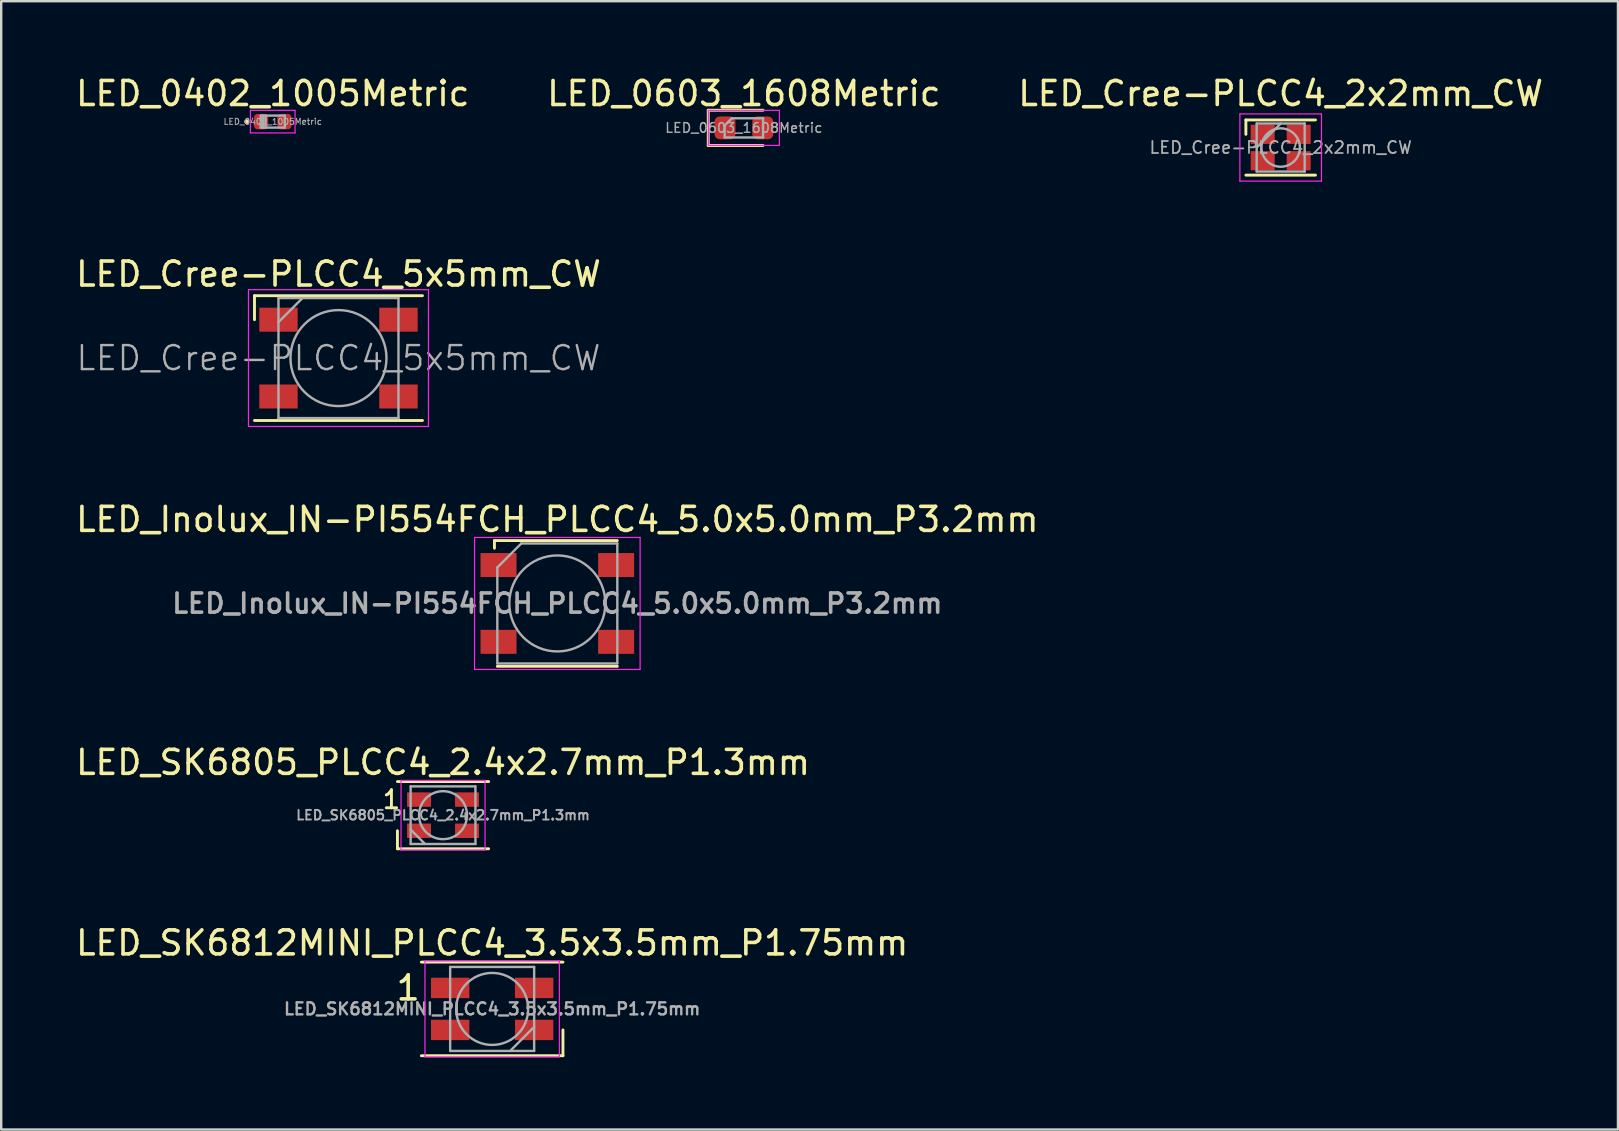
<source format=kicad_pcb>
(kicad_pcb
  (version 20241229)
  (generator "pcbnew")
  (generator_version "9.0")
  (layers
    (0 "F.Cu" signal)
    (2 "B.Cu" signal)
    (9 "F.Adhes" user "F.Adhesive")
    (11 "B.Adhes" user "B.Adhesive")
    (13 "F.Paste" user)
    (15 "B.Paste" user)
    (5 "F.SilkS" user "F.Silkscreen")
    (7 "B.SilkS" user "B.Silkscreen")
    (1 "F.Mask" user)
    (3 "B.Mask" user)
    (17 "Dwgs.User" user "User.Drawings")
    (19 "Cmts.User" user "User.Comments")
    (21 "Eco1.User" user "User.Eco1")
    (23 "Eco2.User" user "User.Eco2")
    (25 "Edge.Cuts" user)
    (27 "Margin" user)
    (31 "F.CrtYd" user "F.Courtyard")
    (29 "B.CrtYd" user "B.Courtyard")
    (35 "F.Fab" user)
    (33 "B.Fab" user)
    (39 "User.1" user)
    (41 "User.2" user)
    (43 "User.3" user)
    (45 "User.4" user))
  (footprint "LED_Cree-PLCC4_5x5mm_CW"
    (layer "F.Cu")
    (at 11.054 11.871)
    (property "Reference" "LED_Cree-PLCC4_5x5mm_CW" (at 0 -3.5 0) (layer "F.SilkS") (effects (font (size 1 1) (thickness 0.15))))
    (attr smd)
    (fp_line (start -3.5 -2.6) (end 3.5 -2.6) (stroke (width 0.12) (type solid)) (layer "F.SilkS"))
    (fp_line (start -3.5 -1.6) (end -3.5 -2.6) (stroke (width 0.12) (type solid)) (layer "F.SilkS"))
    (fp_line (start -3.5 2.6) (end 3.5 2.6) (stroke (width 0.12) (type solid)) (layer "F.SilkS"))
    (fp_line (start -3.75 -2.85) (end -3.75 2.85) (stroke (width 0.05) (type solid)) (layer "F.CrtYd"))
    (fp_line (start -3.75 2.85) (end 3.75 2.85) (stroke (width 0.05) (type solid)) (layer "F.CrtYd"))
    (fp_line (start 3.75 -2.85) (end -3.75 -2.85) (stroke (width 0.05) (type solid)) (layer "F.CrtYd"))
    (fp_line (start 3.75 2.85) (end 3.75 -2.85) (stroke (width 0.05) (type solid)) (layer "F.CrtYd"))
    (fp_line (start -2.5 -2.5) (end -2.5 2.5) (stroke (width 0.1) (type solid)) (layer "F.Fab"))
    (fp_line (start -2.5 2.5) (end 2.5 2.5) (stroke (width 0.1) (type solid)) (layer "F.Fab"))
    (fp_line (start -1.5 -2.5) (end -2.5 -1.5) (stroke (width 0.1) (type solid)) (layer "F.Fab"))
    (fp_line (start 2.5 -2.5) (end -2.5 -2.5) (stroke (width 0.1) (type solid)) (layer "F.Fab"))
    (fp_line (start 2.5 2.5) (end 2.5 -2.5) (stroke (width 0.1) (type solid)) (layer "F.Fab"))
    (fp_circle (center 0 0) (end 0 -2) (stroke (width 0.1) (type solid)) (fill no) (layer "F.Fab"))
    (fp_text user "${REFERENCE}" (at 0 0 0) (layer "F.Fab") (effects (font (size 1 1) (thickness 0.1))))
    (pad "1" smd rect (at -2.5 -1.6) (size 1.6 1) (layers "F.Cu" "F.Mask" "F.Paste"))
    (pad "2" smd rect (at 2.5 -1.6) (size 1.6 1) (layers "F.Cu" "F.Mask" "F.Paste"))
    (pad "3" smd rect (at 2.5 1.6) (size 1.6 1) (layers "F.Cu" "F.Mask" "F.Paste"))
    (pad "4" smd rect (at -2.5 1.6) (size 1.6 1) (layers "F.Cu" "F.Mask" "F.Paste")))
  (footprint "LED_0603_1608Metric"
    (layer "F.Cu")
    (at 27.946 2.278)
    (property "Reference" "LED_0603_1608Metric" (at 0 -1.43 0) (layer "F.SilkS") (effects (font (size 1 1) (thickness 0.15))))
    (attr smd)
    (fp_line (start -1.485 -0.735) (end -1.485 0.735) (stroke (width 0.12) (type solid)) (layer "F.SilkS"))
    (fp_line (start -1.485 0.735) (end 0.8 0.735) (stroke (width 0.12) (type solid)) (layer "F.SilkS"))
    (fp_line (start 0.8 -0.735) (end -1.485 -0.735) (stroke (width 0.12) (type solid)) (layer "F.SilkS"))
    (fp_line (start -1.48 -0.73) (end 1.48 -0.73) (stroke (width 0.05) (type solid)) (layer "F.CrtYd"))
    (fp_line (start -1.48 0.73) (end -1.48 -0.73) (stroke (width 0.05) (type solid)) (layer "F.CrtYd"))
    (fp_line (start 1.48 -0.73) (end 1.48 0.73) (stroke (width 0.05) (type solid)) (layer "F.CrtYd"))
    (fp_line (start 1.48 0.73) (end -1.48 0.73) (stroke (width 0.05) (type solid)) (layer "F.CrtYd"))
    (fp_line (start -0.8 -0.1) (end -0.8 0.4) (stroke (width 0.1) (type solid)) (layer "F.Fab"))
    (fp_line (start -0.8 0.4) (end 0.8 0.4) (stroke (width 0.1) (type solid)) (layer "F.Fab"))
    (fp_line (start -0.5 -0.4) (end -0.8 -0.1) (stroke (width 0.1) (type solid)) (layer "F.Fab"))
    (fp_line (start 0.8 -0.4) (end -0.5 -0.4) (stroke (width 0.1) (type solid)) (layer "F.Fab"))
    (fp_line (start 0.8 0.4) (end 0.8 -0.4) (stroke (width 0.1) (type solid)) (layer "F.Fab"))
    (fp_text user "${REFERENCE}" (at 0 0 0) (layer "F.Fab") (effects (font (size 0.4 0.4) (thickness 0.06))))
    (pad "1" smd roundrect (at -0.787 0) (size 0.875 0.95) (layers "F.Cu" "F.Mask" "F.Paste") (roundrect_rratio 0.25))
    (pad "2" smd roundrect (at 0.787 0) (size 0.875 0.95) (layers "F.Cu" "F.Mask" "F.Paste") (roundrect_rratio 0.25)))
  (footprint "LED_Cree-PLCC4_2x2mm_CW"
    (layer "F.Cu")
    (at 50.315 3.098)
    (property "Reference" "LED_Cree-PLCC4_2x2mm_CW" (at 0 -2.25 0) (layer "F.SilkS") (effects (font (size 1 1) (thickness 0.15))))
    (attr smd)
    (fp_line (start -1.45 -1.15) (end 1.45 -1.15) (stroke (width 0.12) (type solid)) (layer "F.SilkS"))
    (fp_line (start -1.45 -0.55) (end -1.45 -1.15) (stroke (width 0.12) (type solid)) (layer "F.SilkS"))
    (fp_line (start -1.45 1.15) (end 1.45 1.15) (stroke (width 0.12) (type solid)) (layer "F.SilkS"))
    (fp_line (start -1.7 -1.4) (end -1.7 1.4) (stroke (width 0.05) (type solid)) (layer "F.CrtYd"))
    (fp_line (start -1.7 1.4) (end 1.7 1.4) (stroke (width 0.05) (type solid)) (layer "F.CrtYd"))
    (fp_line (start 1.7 -1.4) (end -1.7 -1.4) (stroke (width 0.05) (type solid)) (layer "F.CrtYd"))
    (fp_line (start 1.7 1.4) (end 1.7 -1.4) (stroke (width 0.05) (type solid)) (layer "F.CrtYd"))
    (fp_line (start -1 -1) (end -1 1) (stroke (width 0.1) (type solid)) (layer "F.Fab"))
    (fp_line (start -1 1) (end 1 1) (stroke (width 0.1) (type solid)) (layer "F.Fab"))
    (fp_line (start 0 -1) (end -1 0) (stroke (width 0.1) (type solid)) (layer "F.Fab"))
    (fp_line (start 1 -1) (end -1 -1) (stroke (width 0.1) (type solid)) (layer "F.Fab"))
    (fp_line (start 1 1) (end 1 -1) (stroke (width 0.1) (type solid)) (layer "F.Fab"))
    (fp_circle (center 0 0) (end 0.8 0) (stroke (width 0.1) (type solid)) (fill no) (layer "F.Fab"))
    (fp_text user "${REFERENCE}" (at 0 0 0) (layer "F.Fab") (effects (font (size 0.5 0.5) (thickness 0.075))))
    (pad "1" smd rect (at -0.75 -0.55) (size 1 0.8) (layers "F.Cu" "F.Mask" "F.Paste"))
    (pad "2" smd rect (at 0.75 -0.55) (size 1 0.8) (layers "F.Cu" "F.Mask" "F.Paste"))
    (pad "3" smd rect (at 0.75 0.55) (size 1 0.8) (layers "F.Cu" "F.Mask" "F.Paste"))
    (pad "4" smd rect (at -0.75 0.55) (size 1 0.8) (layers "F.Cu" "F.Mask" "F.Paste")))
  (footprint "LED_SK6805_PLCC4_2.4x2.7mm_P1.3mm"
    (layer "F.Cu")
    (at 15.411 30.918)
    (property "Reference" "LED_SK6805_PLCC4_2.4x2.7mm_P1.3mm" (at 0 -2.2 0) (layer "F.SilkS") (effects (font (size 1 1) (thickness 0.15))))
    (attr smd)
    (fp_line (start -1.9 -1.4) (end 1.9 -1.4) (stroke (width 0.12) (type solid)) (layer "F.SilkS"))
    (fp_line (start -1.9 1.4) (end -1.9 0.65) (stroke (width 0.12) (type solid)) (layer "F.SilkS"))
    (fp_line (start -1.9 1.4) (end 1.9 1.4) (stroke (width 0.12) (type solid)) (layer "F.SilkS"))
    (fp_line (start -1.75 -1.45) (end -1.75 1.45) (stroke (width 0.05) (type solid)) (layer "F.CrtYd"))
    (fp_line (start -1.75 1.45) (end 1.75 1.45) (stroke (width 0.05) (type solid)) (layer "F.CrtYd"))
    (fp_line (start 1.75 -1.45) (end -1.75 -1.45) (stroke (width 0.05) (type solid)) (layer "F.CrtYd"))
    (fp_line (start 1.75 1.45) (end 1.75 -1.45) (stroke (width 0.05) (type solid)) (layer "F.CrtYd"))
    (fp_line (start -1.35 -1.2) (end -1.35 1.2) (stroke (width 0.1) (type solid)) (layer "F.Fab"))
    (fp_line (start -1.35 0.6) (end -0.75 1.2) (stroke (width 0.1) (type solid)) (layer "F.Fab"))
    (fp_line (start -1.35 1.2) (end 1.35 1.2) (stroke (width 0.1) (type solid)) (layer "F.Fab"))
    (fp_line (start 1.35 -1.2) (end -1.35 -1.2) (stroke (width 0.1) (type solid)) (layer "F.Fab"))
    (fp_line (start 1.35 1.2) (end 1.35 -1.2) (stroke (width 0.1) (type solid)) (layer "F.Fab"))
    (fp_circle (center 0 0) (end 0 -1) (stroke (width 0.1) (type solid)) (fill no) (layer "F.Fab"))
    (fp_text user "1" (at -2.15 -0.65 0) (layer "F.SilkS") (effects (font (size 0.75 0.75) (thickness 0.12))))
    (fp_text user "${REFERENCE}" (at 0 0 0) (layer "F.Fab") (effects (font (size 0.4 0.4) (thickness 0.08))))
    (pad "1" smd rect (at -1 -0.65) (size 1 0.6) (layers "F.Cu" "F.Mask" "F.Paste"))
    (pad "2" smd rect (at -1 0.65) (size 1 0.6) (layers "F.Cu" "F.Mask" "F.Paste"))
    (pad "3" smd rect (at 1 0.65) (size 1 0.6) (layers "F.Cu" "F.Mask" "F.Paste"))
    (pad "4" smd rect (at 1 -0.65) (size 1 0.6) (layers "F.Cu" "F.Mask" "F.Paste")))
  (footprint "LED_Inolux_IN-PI554FCH_PLCC4_5.0x5.0mm_P3.2mm"
    (layer "F.Cu")
    (at 20.173 22.095)
    (property "Reference" "LED_Inolux_IN-PI554FCH_PLCC4_5.0x5.0mm_P3.2mm" (at 0 -3.5 0) (layer "F.SilkS") (effects (font (size 1 1) (thickness 0.15))))
    (attr smd)
    (fp_line (start -2.62 -2.62) (end 2.5 -2.62) (stroke (width 0.12) (type solid)) (layer "F.SilkS"))
    (fp_line (start -2.62 -2.3) (end -2.62 -2.62) (stroke (width 0.12) (type solid)) (layer "F.SilkS"))
    (fp_line (start -2.5 2.62) (end 2.5 2.62) (stroke (width 0.12) (type solid)) (layer "F.SilkS"))
    (fp_line (start -3.45 -2.75) (end -3.45 2.75) (stroke (width 0.05) (type solid)) (layer "F.CrtYd"))
    (fp_line (start -3.45 2.75) (end 3.45 2.75) (stroke (width 0.05) (type solid)) (layer "F.CrtYd"))
    (fp_line (start 3.45 -2.75) (end -3.45 -2.75) (stroke (width 0.05) (type solid)) (layer "F.CrtYd"))
    (fp_line (start 3.45 2.75) (end 3.45 -2.75) (stroke (width 0.05) (type solid)) (layer "F.CrtYd"))
    (fp_line (start -2.5 -1.5) (end -2.5 2.5) (stroke (width 0.1) (type solid)) (layer "F.Fab"))
    (fp_line (start -2.5 2.5) (end 2.5 2.5) (stroke (width 0.1) (type solid)) (layer "F.Fab"))
    (fp_line (start -1.5 -2.5) (end -2.5 -1.5) (stroke (width 0.1) (type solid)) (layer "F.Fab"))
    (fp_line (start 2.5 -2.5) (end -1.5 -2.5) (stroke (width 0.1) (type solid)) (layer "F.Fab"))
    (fp_line (start 2.5 2.5) (end 2.5 -2.5) (stroke (width 0.1) (type solid)) (layer "F.Fab"))
    (fp_circle (center 0 0) (end 0 -2) (stroke (width 0.1) (type solid)) (fill no) (layer "F.Fab"))
    (fp_text user "${REFERENCE}" (at 0 0 0) (layer "F.Fab") (effects (font (size 0.8 0.8) (thickness 0.15))))
    (pad "1" smd rect (at -2.45 -1.6) (size 1.5 1) (layers "F.Cu" "F.Mask" "F.Paste"))
    (pad "2" smd rect (at -2.45 1.6) (size 1.5 1) (layers "F.Cu" "F.Mask" "F.Paste"))
    (pad "3" smd rect (at 2.45 1.6) (size 1.5 1) (layers "F.Cu" "F.Mask" "F.Paste"))
    (pad "4" smd rect (at 2.45 -1.6) (size 1.5 1) (layers "F.Cu" "F.Mask" "F.Paste")))
  (footprint "LED_SK6812MINI_PLCC4_3.5x3.5mm_P1.75mm"
    (layer "F.Cu")
    (at 17.458 38.991)
    (property "Reference" "LED_SK6812MINI_PLCC4_3.5x3.5mm_P1.75mm" (at 0 -2.75 0) (layer "F.SilkS") (effects (font (size 1 1) (thickness 0.15))))
    (attr smd)
    (fp_line (start -2.95 -1.95) (end 2.95 -1.95) (stroke (width 0.12) (type solid)) (layer "F.SilkS"))
    (fp_line (start -2.95 1.95) (end 2.95 1.95) (stroke (width 0.12) (type solid)) (layer "F.SilkS"))
    (fp_line (start 2.95 1.95) (end 2.95 0.875) (stroke (width 0.12) (type solid)) (layer "F.SilkS"))
    (fp_line (start -2.8 -2) (end -2.8 2) (stroke (width 0.05) (type solid)) (layer "F.CrtYd"))
    (fp_line (start -2.8 2) (end 2.8 2) (stroke (width 0.05) (type solid)) (layer "F.CrtYd"))
    (fp_line (start 2.8 -2) (end -2.8 -2) (stroke (width 0.05) (type solid)) (layer "F.CrtYd"))
    (fp_line (start 2.8 2) (end 2.8 -2) (stroke (width 0.05) (type solid)) (layer "F.CrtYd"))
    (fp_line (start -1.75 -1.75) (end -1.75 1.75) (stroke (width 0.1) (type solid)) (layer "F.Fab"))
    (fp_line (start -1.75 1.75) (end 1.75 1.75) (stroke (width 0.1) (type solid)) (layer "F.Fab"))
    (fp_line (start 1.75 -1.75) (end -1.75 -1.75) (stroke (width 0.1) (type solid)) (layer "F.Fab"))
    (fp_line (start 1.75 0.75) (end 0.75 1.75) (stroke (width 0.1) (type solid)) (layer "F.Fab"))
    (fp_line (start 1.75 1.75) (end 1.75 -1.75) (stroke (width 0.1) (type solid)) (layer "F.Fab"))
    (fp_circle (center 0 0) (end 0 -1.5) (stroke (width 0.1) (type solid)) (fill no) (layer "F.Fab"))
    (fp_text user "1" (at -3.5 -0.875 0) (layer "F.SilkS") (effects (font (size 1 1) (thickness 0.15))))
    (fp_text user "${REFERENCE}" (at 0 0 0) (layer "F.Fab") (effects (font (size 0.5 0.5) (thickness 0.1))))
    (pad "1" smd rect (at -1.75 -0.875) (size 1.6 0.85) (layers "F.Cu" "F.Mask" "F.Paste"))
    (pad "2" smd rect (at -1.75 0.875) (size 1.6 0.85) (layers "F.Cu" "F.Mask" "F.Paste"))
    (pad "3" smd rect (at 1.75 0.875) (size 1.6 0.85) (layers "F.Cu" "F.Mask" "F.Paste"))
    (pad "4" smd rect (at 1.75 -0.875) (size 1.6 0.85) (layers "F.Cu" "F.Mask" "F.Paste")))
  (footprint "LED_0402_1005Metric"
    (layer "F.Cu")
    (at 8.315 2.018)
    (property "Reference" "LED_0402_1005Metric" (at 0 -1.17 0) (layer "F.SilkS") (effects (font (size 1 1) (thickness 0.15))))
    (attr smd)
    (fp_circle (center -1.09 0) (end -1.04 0) (stroke (width 0.1) (type solid)) (fill no) (layer "F.SilkS"))
    (fp_line (start -0.93 -0.47) (end 0.93 -0.47) (stroke (width 0.05) (type solid)) (layer "F.CrtYd"))
    (fp_line (start -0.93 0.47) (end -0.93 -0.47) (stroke (width 0.05) (type solid)) (layer "F.CrtYd"))
    (fp_line (start 0.93 -0.47) (end 0.93 0.47) (stroke (width 0.05) (type solid)) (layer "F.CrtYd"))
    (fp_line (start 0.93 0.47) (end -0.93 0.47) (stroke (width 0.05) (type solid)) (layer "F.CrtYd"))
    (fp_line (start -0.5 -0.25) (end 0.5 -0.25) (stroke (width 0.1) (type solid)) (layer "F.Fab"))
    (fp_line (start -0.5 0.25) (end -0.5 -0.25) (stroke (width 0.1) (type solid)) (layer "F.Fab"))
    (fp_line (start -0.4 0.25) (end -0.4 -0.25) (stroke (width 0.1) (type solid)) (layer "F.Fab"))
    (fp_line (start -0.3 0.25) (end -0.3 -0.25) (stroke (width 0.1) (type solid)) (layer "F.Fab"))
    (fp_line (start 0.5 -0.25) (end 0.5 0.25) (stroke (width 0.1) (type solid)) (layer "F.Fab"))
    (fp_line (start 0.5 0.25) (end -0.5 0.25) (stroke (width 0.1) (type solid)) (layer "F.Fab"))
    (fp_text user "${REFERENCE}" (at 0 0 0) (layer "F.Fab") (effects (font (size 0.25 0.25) (thickness 0.04))))
    (pad "1" smd roundrect (at -0.485 0) (size 0.59 0.64) (layers "F.Cu" "F.Mask" "F.Paste") (roundrect_rratio 0.25))
    (pad "2" smd roundrect (at 0.485 0) (size 0.59 0.64) (layers "F.Cu" "F.Mask" "F.Paste") (roundrect_rratio 0.25)))
  (gr_rect
    (start -3 -3)
    (end 64.369 44.016)
    (stroke (width 0.1) (type default))
    (fill no)
    (layer "Edge.Cuts")))
</source>
